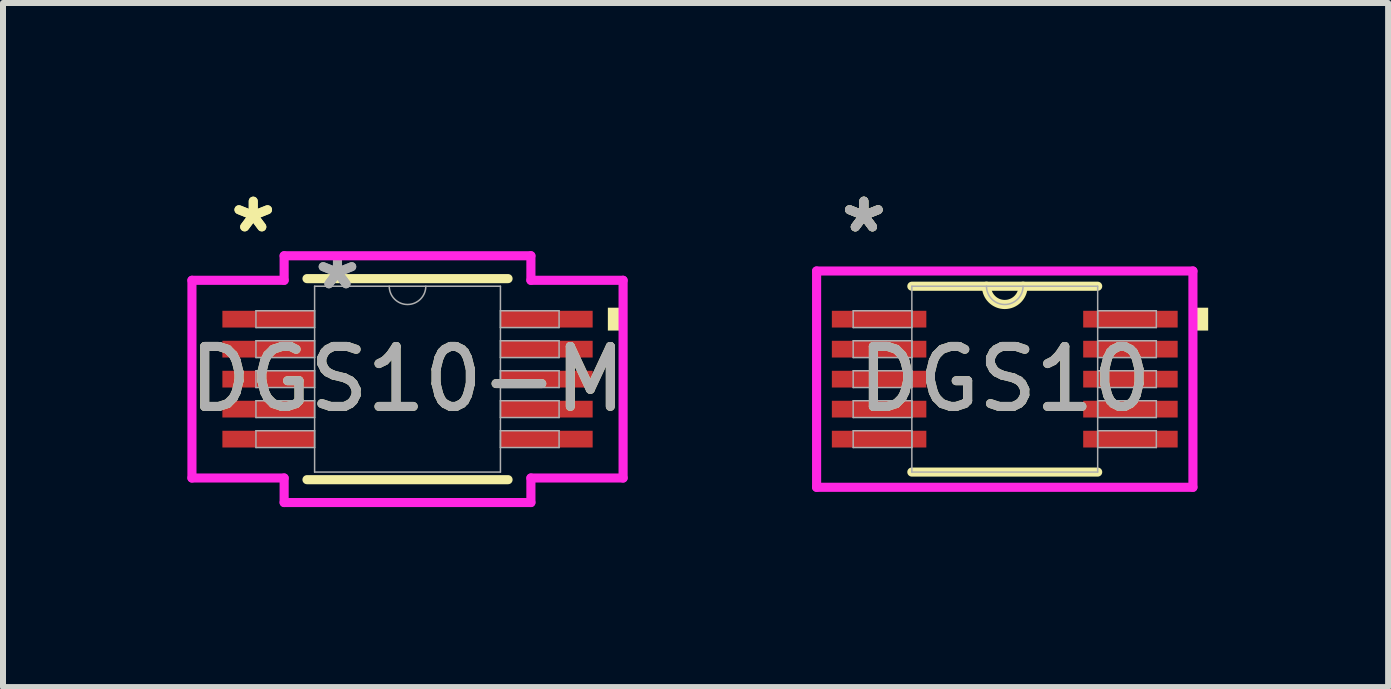
<source format=kicad_pcb>
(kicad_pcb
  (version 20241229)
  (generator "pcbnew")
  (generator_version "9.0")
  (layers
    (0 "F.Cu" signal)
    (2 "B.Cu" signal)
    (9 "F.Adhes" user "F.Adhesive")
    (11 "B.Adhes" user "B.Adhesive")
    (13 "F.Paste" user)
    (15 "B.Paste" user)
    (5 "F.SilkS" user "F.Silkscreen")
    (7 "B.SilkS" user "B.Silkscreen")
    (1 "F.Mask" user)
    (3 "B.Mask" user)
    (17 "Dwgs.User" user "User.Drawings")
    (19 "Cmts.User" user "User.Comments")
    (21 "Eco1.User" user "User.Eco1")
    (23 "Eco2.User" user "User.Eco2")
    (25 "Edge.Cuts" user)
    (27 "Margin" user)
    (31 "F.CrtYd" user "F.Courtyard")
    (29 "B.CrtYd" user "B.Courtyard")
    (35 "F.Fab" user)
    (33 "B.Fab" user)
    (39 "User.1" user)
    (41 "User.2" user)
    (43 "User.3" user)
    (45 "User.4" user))
  (footprint "DGS10"
    (layer "F.Cu")
    (at 13.701 3.271)
    (property "Reference" "DGS10" (at 0 0 0) (unlocked yes) (layer "F.SilkS") (effects (font (size 1 1) (thickness 0.15))))
    (attr smd)
    (fp_line (start -1.549 1.549) (end 1.549 1.549) (stroke (width 0.152) (type solid)) (layer "F.SilkS"))
    (fp_line (start 1.549 -1.549) (end -1.549 -1.549) (stroke (width 0.152) (type solid)) (layer "F.SilkS"))
    (fp_arc (start 0.3048 -1.5494) (mid 0 -1.2446) (end -0.3048 -1.5494) (stroke (width 0.1524) (type solid)) (layer "F.SilkS"))
    (fp_poly (pts (xy 3.391 -1.191) (xy 3.391 -0.81) (xy 3.137 -0.81) (xy 3.137 -1.191)) (stroke (width 0) (type solid)) (fill yes) (layer "F.SilkS"))
    (fp_line (start -3.137 -1.803) (end 3.137 -1.803) (stroke (width 0.152) (type solid)) (layer "F.CrtYd"))
    (fp_line (start -3.137 1.803) (end -3.137 -1.803) (stroke (width 0.152) (type solid)) (layer "F.CrtYd"))
    (fp_line (start 3.137 -1.803) (end 3.137 1.803) (stroke (width 0.152) (type solid)) (layer "F.CrtYd"))
    (fp_line (start 3.137 1.803) (end -3.137 1.803) (stroke (width 0.152) (type solid)) (layer "F.CrtYd"))
    (fp_line (start -2.527 -1.14) (end -2.527 -0.86) (stroke (width 0.025) (type solid)) (layer "F.Fab"))
    (fp_line (start -2.527 -0.86) (end -1.549 -0.86) (stroke (width 0.025) (type solid)) (layer "F.Fab"))
    (fp_line (start -2.527 -0.64) (end -2.527 -0.36) (stroke (width 0.025) (type solid)) (layer "F.Fab"))
    (fp_line (start -2.527 -0.36) (end -1.549 -0.36) (stroke (width 0.025) (type solid)) (layer "F.Fab"))
    (fp_line (start -2.527 -0.14) (end -2.527 0.14) (stroke (width 0.025) (type solid)) (layer "F.Fab"))
    (fp_line (start -2.527 0.14) (end -1.549 0.14) (stroke (width 0.025) (type solid)) (layer "F.Fab"))
    (fp_line (start -2.527 0.36) (end -2.527 0.64) (stroke (width 0.025) (type solid)) (layer "F.Fab"))
    (fp_line (start -2.527 0.64) (end -1.549 0.64) (stroke (width 0.025) (type solid)) (layer "F.Fab"))
    (fp_line (start -2.527 0.86) (end -2.527 1.14) (stroke (width 0.025) (type solid)) (layer "F.Fab"))
    (fp_line (start -2.527 1.14) (end -1.549 1.14) (stroke (width 0.025) (type solid)) (layer "F.Fab"))
    (fp_line (start -1.549 -1.549) (end -1.549 1.549) (stroke (width 0.025) (type solid)) (layer "F.Fab"))
    (fp_line (start -1.549 -1.14) (end -2.527 -1.14) (stroke (width 0.025) (type solid)) (layer "F.Fab"))
    (fp_line (start -1.549 -0.86) (end -1.549 -1.14) (stroke (width 0.025) (type solid)) (layer "F.Fab"))
    (fp_line (start -1.549 -0.64) (end -2.527 -0.64) (stroke (width 0.025) (type solid)) (layer "F.Fab"))
    (fp_line (start -1.549 -0.36) (end -1.549 -0.64) (stroke (width 0.025) (type solid)) (layer "F.Fab"))
    (fp_line (start -1.549 -0.14) (end -2.527 -0.14) (stroke (width 0.025) (type solid)) (layer "F.Fab"))
    (fp_line (start -1.549 0.14) (end -1.549 -0.14) (stroke (width 0.025) (type solid)) (layer "F.Fab"))
    (fp_line (start -1.549 0.36) (end -2.527 0.36) (stroke (width 0.025) (type solid)) (layer "F.Fab"))
    (fp_line (start -1.549 0.64) (end -1.549 0.36) (stroke (width 0.025) (type solid)) (layer "F.Fab"))
    (fp_line (start -1.549 0.86) (end -2.527 0.86) (stroke (width 0.025) (type solid)) (layer "F.Fab"))
    (fp_line (start -1.549 1.14) (end -1.549 0.86) (stroke (width 0.025) (type solid)) (layer "F.Fab"))
    (fp_line (start -1.549 1.549) (end 1.549 1.549) (stroke (width 0.025) (type solid)) (layer "F.Fab"))
    (fp_line (start 1.549 -1.549) (end -1.549 -1.549) (stroke (width 0.025) (type solid)) (layer "F.Fab"))
    (fp_line (start 1.549 -1.14) (end 1.549 -0.86) (stroke (width 0.025) (type solid)) (layer "F.Fab"))
    (fp_line (start 1.549 -0.86) (end 2.527 -0.86) (stroke (width 0.025) (type solid)) (layer "F.Fab"))
    (fp_line (start 1.549 -0.64) (end 1.549 -0.36) (stroke (width 0.025) (type solid)) (layer "F.Fab"))
    (fp_line (start 1.549 -0.36) (end 2.527 -0.36) (stroke (width 0.025) (type solid)) (layer "F.Fab"))
    (fp_line (start 1.549 -0.14) (end 1.549 0.14) (stroke (width 0.025) (type solid)) (layer "F.Fab"))
    (fp_line (start 1.549 0.14) (end 2.527 0.14) (stroke (width 0.025) (type solid)) (layer "F.Fab"))
    (fp_line (start 1.549 0.36) (end 1.549 0.64) (stroke (width 0.025) (type solid)) (layer "F.Fab"))
    (fp_line (start 1.549 0.64) (end 2.527 0.64) (stroke (width 0.025) (type solid)) (layer "F.Fab"))
    (fp_line (start 1.549 0.86) (end 1.549 1.14) (stroke (width 0.025) (type solid)) (layer "F.Fab"))
    (fp_line (start 1.549 1.14) (end 2.527 1.14) (stroke (width 0.025) (type solid)) (layer "F.Fab"))
    (fp_line (start 1.549 1.549) (end 1.549 -1.549) (stroke (width 0.025) (type solid)) (layer "F.Fab"))
    (fp_line (start 2.527 -1.14) (end 1.549 -1.14) (stroke (width 0.025) (type solid)) (layer "F.Fab"))
    (fp_line (start 2.527 -0.86) (end 2.527 -1.14) (stroke (width 0.025) (type solid)) (layer "F.Fab"))
    (fp_line (start 2.527 -0.64) (end 1.549 -0.64) (stroke (width 0.025) (type solid)) (layer "F.Fab"))
    (fp_line (start 2.527 -0.36) (end 2.527 -0.64) (stroke (width 0.025) (type solid)) (layer "F.Fab"))
    (fp_line (start 2.527 -0.14) (end 1.549 -0.14) (stroke (width 0.025) (type solid)) (layer "F.Fab"))
    (fp_line (start 2.527 0.14) (end 2.527 -0.14) (stroke (width 0.025) (type solid)) (layer "F.Fab"))
    (fp_line (start 2.527 0.36) (end 1.549 0.36) (stroke (width 0.025) (type solid)) (layer "F.Fab"))
    (fp_line (start 2.527 0.64) (end 2.527 0.36) (stroke (width 0.025) (type solid)) (layer "F.Fab"))
    (fp_line (start 2.527 0.86) (end 1.549 0.86) (stroke (width 0.025) (type solid)) (layer "F.Fab"))
    (fp_line (start 2.527 1.14) (end 2.527 0.86) (stroke (width 0.025) (type solid)) (layer "F.Fab"))
    (fp_arc (start 0.3048 -1.5494) (mid 0 -1.2446) (end -0.3048 -1.5494) (stroke (width 0.0254) (type solid)) (layer "F.Fab"))
    (fp_text user "*" (at -2.349 -2.422 0) (unlocked yes) (layer "F.SilkS") (effects (font (size 1 1) (thickness 0.15))))
    (fp_text user "*" (at -2.349 -2.422 0) (layer "F.SilkS") (effects (font (size 1 1) (thickness 0.15))))
    (fp_text user "*" (at -2.349 -2.422 0) (layer "F.Fab") (effects (font (size 1 1) (thickness 0.15))))
    (fp_text user "${REFERENCE}" (at 0 0 0) (unlocked yes) (layer "F.Fab") (effects (font (size 1 1) (thickness 0.15))))
    (fp_text user "*" (at -2.349 -2.422 0) (unlocked yes) (layer "F.Fab") (effects (font (size 1 1) (thickness 0.15))))
    (pad "1" smd rect (at -2.095 -1) (size 1.575 0.279) (layers "F.Cu" "F.Mask" "F.Paste"))
    (pad "2" smd rect (at -2.095 -0.5) (size 1.575 0.279) (layers "F.Cu" "F.Mask" "F.Paste"))
    (pad "3" smd rect (at -2.095 0) (size 1.575 0.279) (layers "F.Cu" "F.Mask" "F.Paste"))
    (pad "4" smd rect (at -2.095 0.5) (size 1.575 0.279) (layers "F.Cu" "F.Mask" "F.Paste"))
    (pad "5" smd rect (at -2.095 1) (size 1.575 0.279) (layers "F.Cu" "F.Mask" "F.Paste"))
    (pad "6" smd rect (at 2.095 1) (size 1.575 0.279) (layers "F.Cu" "F.Mask" "F.Paste"))
    (pad "7" smd rect (at 2.095 0.5) (size 1.575 0.279) (layers "F.Cu" "F.Mask" "F.Paste"))
    (pad "8" smd rect (at 2.095 0) (size 1.575 0.279) (layers "F.Cu" "F.Mask" "F.Paste"))
    (pad "9" smd rect (at 2.095 -0.5) (size 1.575 0.279) (layers "F.Cu" "F.Mask" "F.Paste"))
    (pad "10" smd rect (at 2.095 -1) (size 1.575 0.279) (layers "F.Cu" "F.Mask" "F.Paste")))
  (footprint "DGS10-M"
    (layer "F.Cu")
    (at 3.744 3.271)
    (property "Reference" "DGS10-M" (at 0 0 0) (unlocked yes) (layer "F.SilkS") (effects (font (size 1 1) (thickness 0.15))))
    (attr smd)
    (fp_line (start -1.676 1.676) (end 1.676 1.676) (stroke (width 0.152) (type solid)) (layer "F.SilkS"))
    (fp_line (start 1.676 -1.676) (end -1.676 -1.676) (stroke (width 0.152) (type solid)) (layer "F.SilkS"))
    (fp_poly (pts (xy 3.594 -1.191) (xy 3.594 -0.81) (xy 3.34 -0.81) (xy 3.34 -1.191)) (stroke (width 0) (type solid)) (fill yes) (layer "F.SilkS"))
    (fp_line (start -3.594 -1.648) (end -2.057 -1.648) (stroke (width 0.152) (type solid)) (layer "F.CrtYd"))
    (fp_line (start -3.594 1.648) (end -3.594 -1.648) (stroke (width 0.152) (type solid)) (layer "F.CrtYd"))
    (fp_line (start -3.594 1.648) (end -2.057 1.648) (stroke (width 0.152) (type solid)) (layer "F.CrtYd"))
    (fp_line (start -2.057 -2.057) (end 2.057 -2.057) (stroke (width 0.152) (type solid)) (layer "F.CrtYd"))
    (fp_line (start -2.057 -1.648) (end -2.057 -2.057) (stroke (width 0.152) (type solid)) (layer "F.CrtYd"))
    (fp_line (start -2.057 2.057) (end -2.057 1.648) (stroke (width 0.152) (type solid)) (layer "F.CrtYd"))
    (fp_line (start 2.057 -2.057) (end 2.057 -1.648) (stroke (width 0.152) (type solid)) (layer "F.CrtYd"))
    (fp_line (start 2.057 1.648) (end 2.057 2.057) (stroke (width 0.152) (type solid)) (layer "F.CrtYd"))
    (fp_line (start 2.057 2.057) (end -2.057 2.057) (stroke (width 0.152) (type solid)) (layer "F.CrtYd"))
    (fp_line (start 3.594 -1.648) (end 2.057 -1.648) (stroke (width 0.152) (type solid)) (layer "F.CrtYd"))
    (fp_line (start 3.594 -1.648) (end 3.594 1.648) (stroke (width 0.152) (type solid)) (layer "F.CrtYd"))
    (fp_line (start 3.594 1.648) (end 2.057 1.648) (stroke (width 0.152) (type solid)) (layer "F.CrtYd"))
    (fp_line (start -2.527 -1.14) (end -2.527 -0.86) (stroke (width 0.025) (type solid)) (layer "F.Fab"))
    (fp_line (start -2.527 -0.86) (end -1.549 -0.86) (stroke (width 0.025) (type solid)) (layer "F.Fab"))
    (fp_line (start -2.527 -0.64) (end -2.527 -0.36) (stroke (width 0.025) (type solid)) (layer "F.Fab"))
    (fp_line (start -2.527 -0.36) (end -1.549 -0.36) (stroke (width 0.025) (type solid)) (layer "F.Fab"))
    (fp_line (start -2.527 -0.14) (end -2.527 0.14) (stroke (width 0.025) (type solid)) (layer "F.Fab"))
    (fp_line (start -2.527 0.14) (end -1.549 0.14) (stroke (width 0.025) (type solid)) (layer "F.Fab"))
    (fp_line (start -2.527 0.36) (end -2.527 0.64) (stroke (width 0.025) (type solid)) (layer "F.Fab"))
    (fp_line (start -2.527 0.64) (end -1.549 0.64) (stroke (width 0.025) (type solid)) (layer "F.Fab"))
    (fp_line (start -2.527 0.86) (end -2.527 1.14) (stroke (width 0.025) (type solid)) (layer "F.Fab"))
    (fp_line (start -2.527 1.14) (end -1.549 1.14) (stroke (width 0.025) (type solid)) (layer "F.Fab"))
    (fp_line (start -1.549 -1.549) (end -1.549 1.549) (stroke (width 0.025) (type solid)) (layer "F.Fab"))
    (fp_line (start -1.549 -1.14) (end -2.527 -1.14) (stroke (width 0.025) (type solid)) (layer "F.Fab"))
    (fp_line (start -1.549 -0.86) (end -1.549 -1.14) (stroke (width 0.025) (type solid)) (layer "F.Fab"))
    (fp_line (start -1.549 -0.64) (end -2.527 -0.64) (stroke (width 0.025) (type solid)) (layer "F.Fab"))
    (fp_line (start -1.549 -0.36) (end -1.549 -0.64) (stroke (width 0.025) (type solid)) (layer "F.Fab"))
    (fp_line (start -1.549 -0.14) (end -2.527 -0.14) (stroke (width 0.025) (type solid)) (layer "F.Fab"))
    (fp_line (start -1.549 0.14) (end -1.549 -0.14) (stroke (width 0.025) (type solid)) (layer "F.Fab"))
    (fp_line (start -1.549 0.36) (end -2.527 0.36) (stroke (width 0.025) (type solid)) (layer "F.Fab"))
    (fp_line (start -1.549 0.64) (end -1.549 0.36) (stroke (width 0.025) (type solid)) (layer "F.Fab"))
    (fp_line (start -1.549 0.86) (end -2.527 0.86) (stroke (width 0.025) (type solid)) (layer "F.Fab"))
    (fp_line (start -1.549 1.14) (end -1.549 0.86) (stroke (width 0.025) (type solid)) (layer "F.Fab"))
    (fp_line (start -1.549 1.549) (end 1.549 1.549) (stroke (width 0.025) (type solid)) (layer "F.Fab"))
    (fp_line (start 1.549 -1.549) (end -1.549 -1.549) (stroke (width 0.025) (type solid)) (layer "F.Fab"))
    (fp_line (start 1.549 -1.14) (end 1.549 -0.86) (stroke (width 0.025) (type solid)) (layer "F.Fab"))
    (fp_line (start 1.549 -0.86) (end 2.527 -0.86) (stroke (width 0.025) (type solid)) (layer "F.Fab"))
    (fp_line (start 1.549 -0.64) (end 1.549 -0.36) (stroke (width 0.025) (type solid)) (layer "F.Fab"))
    (fp_line (start 1.549 -0.36) (end 2.527 -0.36) (stroke (width 0.025) (type solid)) (layer "F.Fab"))
    (fp_line (start 1.549 -0.14) (end 1.549 0.14) (stroke (width 0.025) (type solid)) (layer "F.Fab"))
    (fp_line (start 1.549 0.14) (end 2.527 0.14) (stroke (width 0.025) (type solid)) (layer "F.Fab"))
    (fp_line (start 1.549 0.36) (end 1.549 0.64) (stroke (width 0.025) (type solid)) (layer "F.Fab"))
    (fp_line (start 1.549 0.64) (end 2.527 0.64) (stroke (width 0.025) (type solid)) (layer "F.Fab"))
    (fp_line (start 1.549 0.86) (end 1.549 1.14) (stroke (width 0.025) (type solid)) (layer "F.Fab"))
    (fp_line (start 1.549 1.14) (end 2.527 1.14) (stroke (width 0.025) (type solid)) (layer "F.Fab"))
    (fp_line (start 1.549 1.549) (end 1.549 -1.549) (stroke (width 0.025) (type solid)) (layer "F.Fab"))
    (fp_line (start 2.527 -1.14) (end 1.549 -1.14) (stroke (width 0.025) (type solid)) (layer "F.Fab"))
    (fp_line (start 2.527 -0.86) (end 2.527 -1.14) (stroke (width 0.025) (type solid)) (layer "F.Fab"))
    (fp_line (start 2.527 -0.64) (end 1.549 -0.64) (stroke (width 0.025) (type solid)) (layer "F.Fab"))
    (fp_line (start 2.527 -0.36) (end 2.527 -0.64) (stroke (width 0.025) (type solid)) (layer "F.Fab"))
    (fp_line (start 2.527 -0.14) (end 1.549 -0.14) (stroke (width 0.025) (type solid)) (layer "F.Fab"))
    (fp_line (start 2.527 0.14) (end 2.527 -0.14) (stroke (width 0.025) (type solid)) (layer "F.Fab"))
    (fp_line (start 2.527 0.36) (end 1.549 0.36) (stroke (width 0.025) (type solid)) (layer "F.Fab"))
    (fp_line (start 2.527 0.64) (end 2.527 0.36) (stroke (width 0.025) (type solid)) (layer "F.Fab"))
    (fp_line (start 2.527 0.86) (end 1.549 0.86) (stroke (width 0.025) (type solid)) (layer "F.Fab"))
    (fp_line (start 2.527 1.14) (end 2.527 0.86) (stroke (width 0.025) (type solid)) (layer "F.Fab"))
    (fp_arc (start 0.3048 -1.5494) (mid 0 -1.2446) (end -0.3048 -1.5494) (stroke (width 0.0254) (type solid)) (layer "F.Fab"))
    (fp_text user "*" (at -2.572 -2.422 0) (unlocked yes) (layer "F.SilkS") (effects (font (size 1 1) (thickness 0.15))))
    (fp_text user "*" (at -2.572 -2.422 0) (layer "F.SilkS") (effects (font (size 1 1) (thickness 0.15))))
    (fp_text user "*" (at -1.168 -1.473 0) (unlocked yes) (layer "F.Fab") (effects (font (size 1 1) (thickness 0.15))))
    (fp_text user "${REFERENCE}" (at 0 0 0) (unlocked yes) (layer "F.Fab") (effects (font (size 1 1) (thickness 0.15))))
    (fp_text user "*" (at -1.168 -1.473 0) (layer "F.Fab") (effects (font (size 1 1) (thickness 0.15))))
    (pad "1" smd rect (at -2.318 -1) (size 1.537 0.279) (layers "F.Cu" "F.Mask" "F.Paste"))
    (pad "2" smd rect (at -2.318 -0.5) (size 1.537 0.279) (layers "F.Cu" "F.Mask" "F.Paste"))
    (pad "3" smd rect (at -2.318 0) (size 1.537 0.279) (layers "F.Cu" "F.Mask" "F.Paste"))
    (pad "4" smd rect (at -2.318 0.5) (size 1.537 0.279) (layers "F.Cu" "F.Mask" "F.Paste"))
    (pad "5" smd rect (at -2.318 1) (size 1.537 0.279) (layers "F.Cu" "F.Mask" "F.Paste"))
    (pad "6" smd rect (at 2.318 1) (size 1.537 0.279) (layers "F.Cu" "F.Mask" "F.Paste"))
    (pad "7" smd rect (at 2.318 0.5) (size 1.537 0.279) (layers "F.Cu" "F.Mask" "F.Paste"))
    (pad "8" smd rect (at 2.318 0) (size 1.537 0.279) (layers "F.Cu" "F.Mask" "F.Paste"))
    (pad "9" smd rect (at 2.318 -0.5) (size 1.537 0.279) (layers "F.Cu" "F.Mask" "F.Paste"))
    (pad "10" smd rect (at 2.318 -1) (size 1.537 0.279) (layers "F.Cu" "F.Mask" "F.Paste")))
  (gr_rect
    (start -3 -3)
    (end 20.092 8.404)
    (stroke (width 0.1) (type default))
    (fill no)
    (layer "Edge.Cuts")))
</source>
